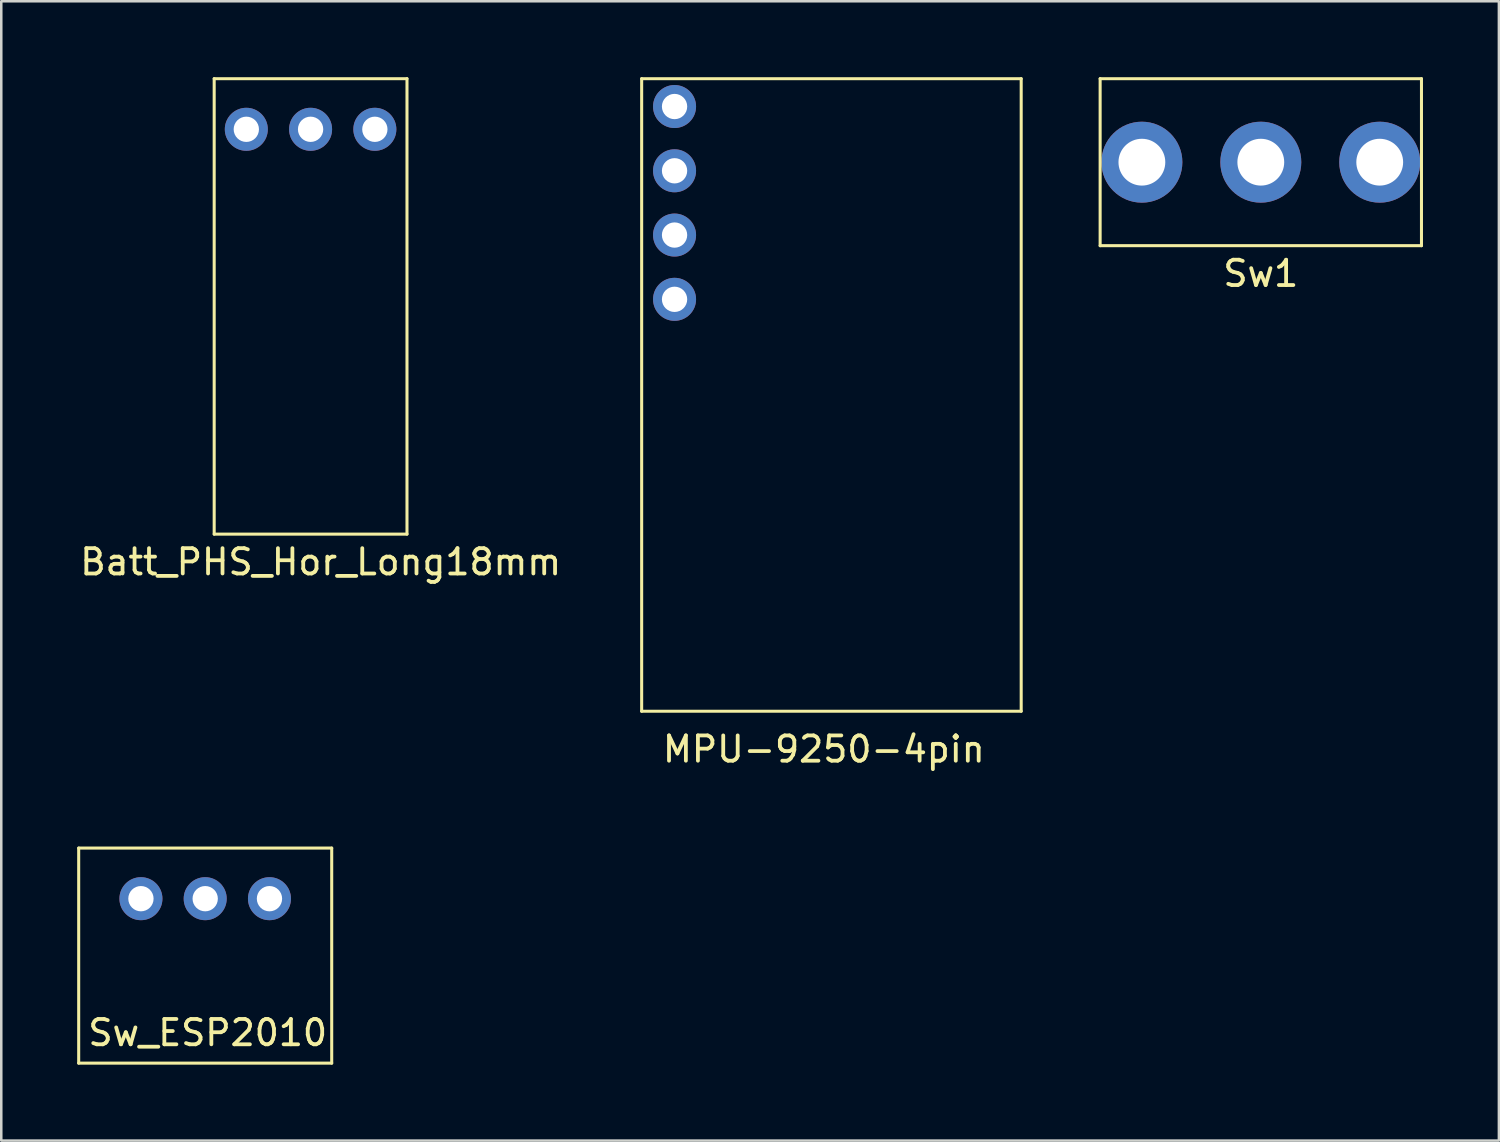
<source format=kicad_pcb>
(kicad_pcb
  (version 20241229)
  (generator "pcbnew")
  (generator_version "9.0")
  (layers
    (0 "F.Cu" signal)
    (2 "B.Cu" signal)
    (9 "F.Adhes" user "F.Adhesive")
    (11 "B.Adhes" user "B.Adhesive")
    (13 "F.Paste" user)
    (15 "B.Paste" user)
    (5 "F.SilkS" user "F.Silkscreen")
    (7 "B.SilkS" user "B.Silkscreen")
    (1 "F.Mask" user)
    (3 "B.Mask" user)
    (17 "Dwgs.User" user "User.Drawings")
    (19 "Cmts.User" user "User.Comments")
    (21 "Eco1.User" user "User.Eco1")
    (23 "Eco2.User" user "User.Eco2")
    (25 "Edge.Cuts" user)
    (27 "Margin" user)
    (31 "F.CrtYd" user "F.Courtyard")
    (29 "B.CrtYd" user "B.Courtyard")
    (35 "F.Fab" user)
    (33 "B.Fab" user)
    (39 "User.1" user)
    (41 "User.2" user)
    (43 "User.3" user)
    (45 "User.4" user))
  (footprint "MPU-9250-4pin"
    (layer "F.Cu")
    (at 23.61 1.16)
    (property "Reference" "MPU-9250-4pin" (at 5.9 25.4 0) (layer "F.SilkS") (effects (font (size 1 1) (thickness 0.15))))
    (attr through_hole)
    (fp_line (start -1.3 -1.1) (end -1.3 23.9) (stroke (width 0.12) (type solid)) (layer "F.SilkS"))
    (fp_line (start -1.3 -1.1) (end 13.7 -1.1) (stroke (width 0.12) (type solid)) (layer "F.SilkS"))
    (fp_line (start -1.3 23.9) (end 13.7 23.9) (stroke (width 0.12) (type solid)) (layer "F.SilkS"))
    (fp_line (start 13.7 -1.1) (end 13.7 23.9) (stroke (width 0.12) (type solid)) (layer "F.SilkS"))
    (pad "1" thru_hole circle (at 0 0) (size 1.7 1.7) (drill 1) (layers "*.Cu" "*.Mask"))
    (pad "2" thru_hole circle (at 0 2.54) (size 1.7 1.7) (drill 1) (layers "*.Cu" "*.Mask"))
    (pad "3" thru_hole circle (at 0 5.08) (size 1.7 1.7) (drill 1) (layers "*.Cu" "*.Mask"))
    (pad "4" thru_hole circle (at 0 7.62) (size 1.7 1.7) (drill 1) (layers "*.Cu" "*.Mask")))
  (footprint "Batt_PHS_Hor_Long18mm"
    (layer "F.Cu")
    (at 9.225 2.06)
    (property "Reference" "Batt_PHS_Hor_Long18mm" (at 0.4 17.1 0) (layer "F.SilkS") (effects (font (size 1 1) (thickness 0.15))))
    (attr through_hole)
    (fp_line (start -3.81 -2) (end -3.81 16) (stroke (width 0.12) (type solid)) (layer "F.SilkS"))
    (fp_line (start 3.81 -2) (end -3.81 -2) (stroke (width 0.12) (type solid)) (layer "F.SilkS"))
    (fp_line (start 3.81 -2) (end 3.81 16) (stroke (width 0.12) (type solid)) (layer "F.SilkS"))
    (fp_line (start 3.81 16) (end -3.81 16) (stroke (width 0.12) (type solid)) (layer "F.SilkS"))
    (pad "1" thru_hole circle (at -2.54 0) (size 1.7 1.7) (drill 1) (layers "*.Cu" "*.Mask"))
    (pad "2" thru_hole circle (at 0 0) (size 1.7 1.7) (drill 1) (layers "*.Cu" "*.Mask"))
    (pad "3" thru_hole circle (at 2.54 0) (size 1.7 1.7) (drill 1) (layers "*.Cu" "*.Mask")))
  (footprint "Sw_ESP2010"
    (layer "F.Cu")
    (at 5.06 32.468)
    (property "Reference" "Sw_ESP2010" (at 0.1 5.3 0) (layer "F.SilkS") (effects (font (size 1 1) (thickness 0.15))))
    (attr through_hole)
    (fp_line (start -5 -2) (end -5 6.5) (stroke (width 0.12) (type solid)) (layer "F.SilkS"))
    (fp_line (start 5 -2) (end -5 -2) (stroke (width 0.12) (type solid)) (layer "F.SilkS"))
    (fp_line (start 5 -2) (end 5 6.5) (stroke (width 0.12) (type solid)) (layer "F.SilkS"))
    (fp_line (start 5 6.5) (end -5 6.5) (stroke (width 0.12) (type solid)) (layer "F.SilkS"))
    (pad "1" thru_hole circle (at -2.54 0) (size 1.7 1.7) (drill 1) (layers "*.Cu" "*.Mask"))
    (pad "2" thru_hole circle (at 0 0) (size 1.7 1.7) (drill 1) (layers "*.Cu" "*.Mask"))
    (pad "3" thru_hole circle (at 2.54 0) (size 1.7 1.7) (drill 1) (layers "*.Cu" "*.Mask")))
  (footprint "Sw1"
    (layer "F.Cu")
    (at 46.78 3.36)
    (property "Reference" "Sw1" (at 0 4.4 0) (layer "F.SilkS") (effects (font (size 1 1) (thickness 0.15))))
    (attr through_hole)
    (fp_line (start -6.35 -3.3) (end -6.35 3.3) (stroke (width 0.12) (type solid)) (layer "F.SilkS"))
    (fp_line (start -6.35 3.3) (end 6.35 3.3) (stroke (width 0.12) (type solid)) (layer "F.SilkS"))
    (fp_line (start 6.35 -3.3) (end -6.35 -3.3) (stroke (width 0.12) (type solid)) (layer "F.SilkS"))
    (fp_line (start 6.35 -3.3) (end 6.35 3.3) (stroke (width 0.12) (type solid)) (layer "F.SilkS"))
    (pad "1" thru_hole circle (at 0 0) (size 3.2 3.2) (drill 1.85) (layers "*.Cu" "*.Mask"))
    (pad "2" thru_hole circle (at -4.7 0) (size 3.2 3.2) (drill 1.85) (layers "*.Cu" "*.Mask"))
    (pad "3" thru_hole circle (at 4.7 0) (size 3.2 3.2) (drill 1.85) (layers "*.Cu" "*.Mask")))
  (gr_rect
    (start -3 -3)
    (end 56.19 42.028)
    (stroke (width 0.1) (type default))
    (fill no)
    (layer "Edge.Cuts")))
</source>
